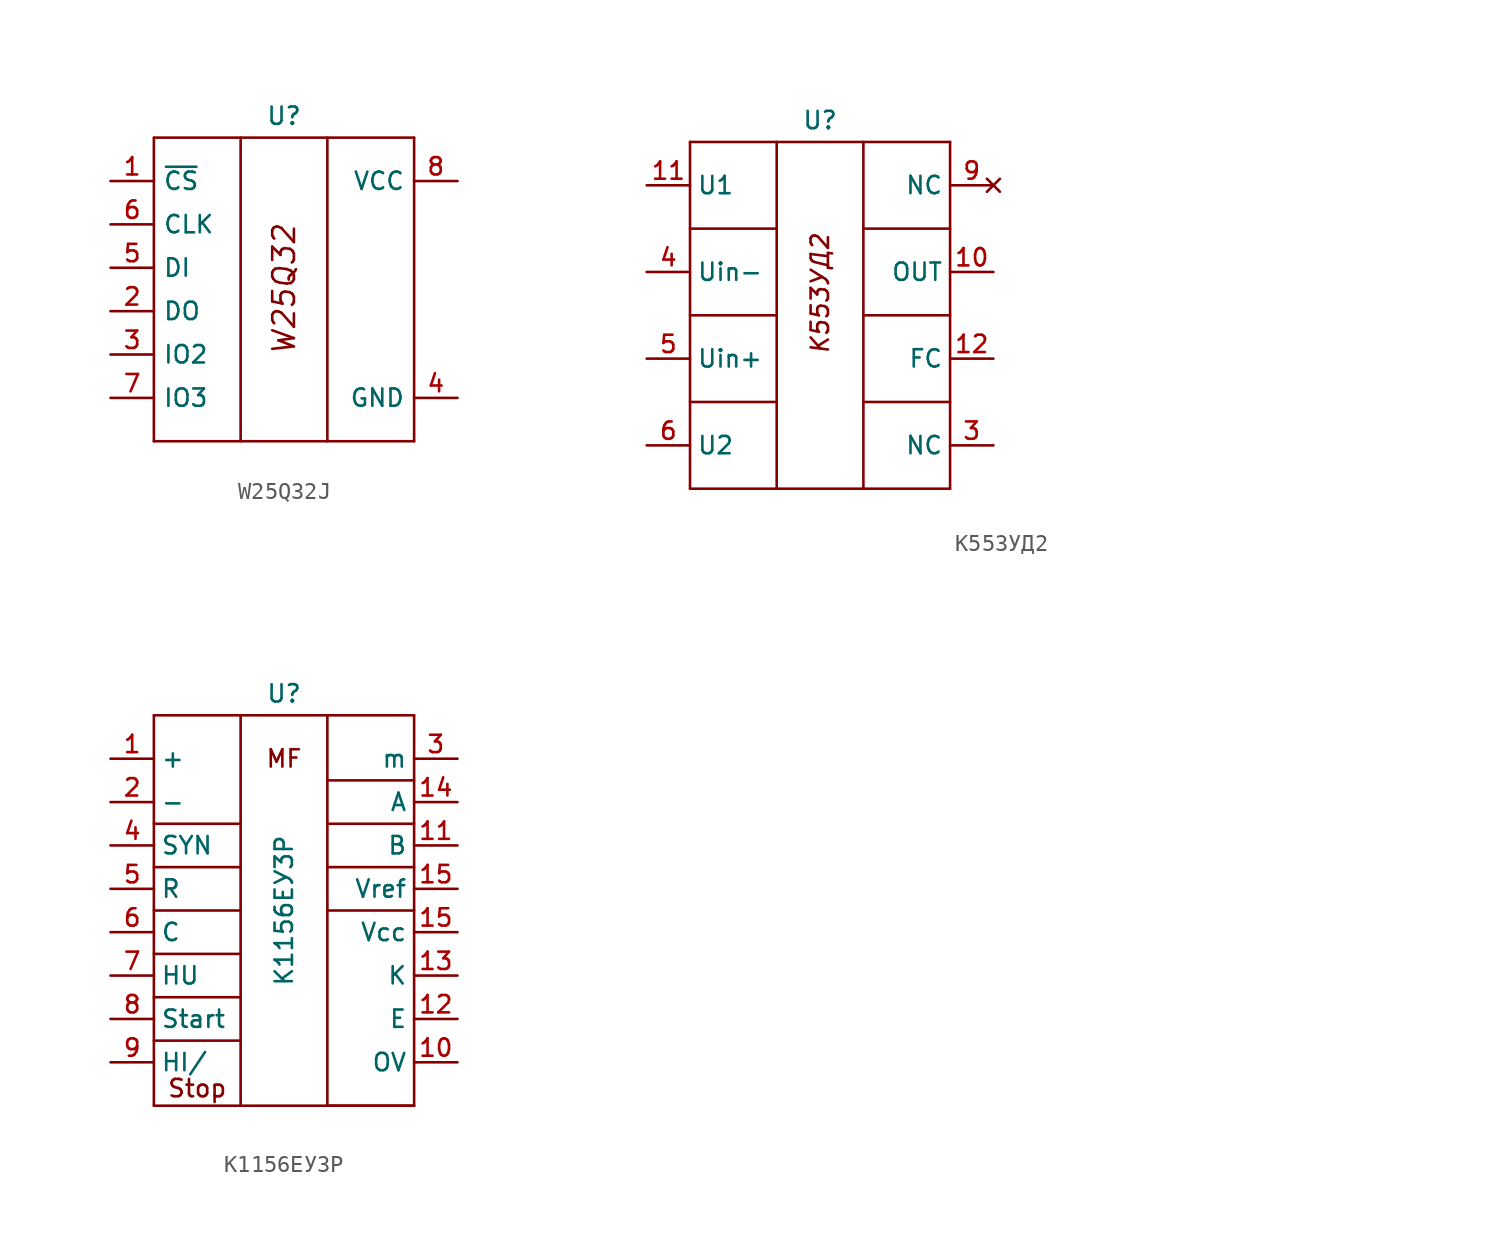
<source format=kicad_sym>
(kicad_symbol_lib
  (version 20220914)
  (generator kicad_symbol_editor)
  (symbol "W25Q32J"
    (property "Reference" "U"
      (at 0 8.89 0)
      (effects (font (size 1.016 1.016))))
    (symbol "W25Q32J_1_1"
      (polyline (pts (xy -7.62 -10.16) (xy 7.62 -10.16)) (stroke (width 0) (type default)) (fill (type none)))
      (polyline (pts (xy -7.62 7.62) (xy -7.62 -10.16)) (stroke (width 0) (type default)) (fill (type none)))
      (polyline (pts (xy -7.62 7.62) (xy 7.62 7.62)) (stroke (width 0) (type default)) (fill (type none)))
      (polyline (pts (xy -2.54 7.62) (xy -2.54 -10.16)) (stroke (width 0) (type default)) (fill (type none)))
      (polyline (pts (xy 2.54 7.62) (xy 2.54 -10.16)) (stroke (width 0) (type default)) (fill (type none)))
      (polyline (pts (xy 7.62 7.62) (xy 7.62 -10.16)) (stroke (width 0) (type default)) (fill (type none)))
      (text "W25Q32" (at 0 -1.27 900) (effects (font (size 1.27 1.27) italic)))
      (pin input line (at -10.16 5.08 0) (length 2.54) (name "~{CS}" (effects (font (size 1.016 1.016)))) (number "1" (effects (font (size 1.016 1.016)))))
      (pin bidirectional line (at -10.16 -2.54 0) (length 2.54) (name "DO" (effects (font (size 1.016 1.016)))) (number "2" (effects (font (size 1.016 1.016)))) (alternate "IO1" bidirectional line))
      (pin bidirectional line (at -10.16 -5.08 0) (length 2.54) (name "IO2" (effects (font (size 1.016 1.016)))) (number "3" (effects (font (size 1.016 1.016)))))
      (pin power_in line (at 10.16 -7.62 180) (length 2.54) (name "GND" (effects (font (size 1.016 1.016)))) (number "4" (effects (font (size 1.016 1.016)))))
      (pin bidirectional line (at -10.16 0 0) (length 2.54) (name "DI" (effects (font (size 1.016 1.016)))) (number "5" (effects (font (size 1.016 1.016)))) (alternate "IO0" bidirectional line))
      (pin input line (at -10.16 2.54 0) (length 2.54) (name "CLK" (effects (font (size 1.016 1.016)))) (number "6" (effects (font (size 1.016 1.016)))))
      (pin bidirectional line (at -10.16 -7.62 0) (length 2.54) (name "IO3" (effects (font (size 1.016 1.016)))) (number "7" (effects (font (size 1.016 1.016)))))
      (pin power_in line (at 10.16 5.08 180) (length 2.54) (name "VCC" (effects (font (size 1.016 1.016)))) (number "8" (effects (font (size 1.016 1.016)))))))
  (symbol "К553УД2"
    (pin_names
      (offset 0.381))
    (property "Reference" "U"
      (at 0 10.16 0)
      (effects (font (size 1.016 1.016))))
    (symbol "К553УД2_0_1"
      (polyline (pts (xy -7.62 -6.35) (xy -2.54 -6.35)) (stroke (width 0) (type default)) (fill (type none)))
      (polyline (pts (xy -7.62 -1.27) (xy -2.54 -1.27)) (stroke (width 0) (type default)) (fill (type none)))
      (polyline (pts (xy -7.62 3.81) (xy -2.54 3.81)) (stroke (width 0) (type default)) (fill (type none)))
      (polyline (pts (xy 2.54 -6.35) (xy 7.62 -6.35)) (stroke (width 0) (type default)) (fill (type none)))
      (polyline (pts (xy 2.54 -1.27) (xy 7.62 -1.27)) (stroke (width 0) (type default)) (fill (type none)))
      (polyline (pts (xy 2.54 3.81) (xy 7.62 3.81)) (stroke (width 0) (type default)) (fill (type none))))
    (symbol "К553УД2_1_1"
      (polyline (pts (xy -7.62 -11.43) (xy 7.62 -11.43)) (stroke (width 0) (type default)) (fill (type none)))
      (polyline (pts (xy -7.62 8.89) (xy -7.62 -11.43)) (stroke (width 0) (type default)) (fill (type none)))
      (polyline (pts (xy -7.62 8.89) (xy 7.62 8.89)) (stroke (width 0) (type default)) (fill (type none)))
      (polyline (pts (xy -2.54 8.89) (xy -2.54 -11.43)) (stroke (width 0) (type default)) (fill (type none)))
      (polyline (pts (xy 2.54 8.89) (xy 2.54 -11.43)) (stroke (width 0) (type default)) (fill (type none)))
      (polyline (pts (xy 7.62 8.89) (xy 7.62 -11.43)) (stroke (width 0) (type default)) (fill (type none)))
      (text "К553УД2" (at 0 0 900) (effects (font (size 1.016 1.016) italic)))
      (pin no_connect line (at 31.75 -6.35 180) (length 2.54) hide (name "NC" (effects (font (size 1.016 1.016)))) (number "1" (effects (font (size 1.016 1.016)))))
      (pin output line (at 10.16 1.27 180) (length 2.54) (name "OUT" (effects (font (size 1.016 1.016)))) (number "10" (effects (font (size 1.016 1.016)))))
      (pin power_in line (at -10.16 6.35 0) (length 2.54) (name "U1" (effects (font (size 1.016 1.016)))) (number "11" (effects (font (size 1.016 1.016)))))
      (pin output line (at 10.16 -3.81 180) (length 2.54) (name "FC" (effects (font (size 1.016 1.016)))) (number "12" (effects (font (size 1.016 1.016)))))
      (pin no_connect line (at 31.75 3.81 180) (length 2.54) hide (name "NC" (effects (font (size 1.016 1.016)))) (number "13" (effects (font (size 1.016 1.016)))))
      (pin no_connect line (at 31.75 6.35 180) (length 2.54) hide (name "NC" (effects (font (size 1.016 1.016)))) (number "14" (effects (font (size 1.016 1.016)))))
      (pin no_connect line (at 31.75 -3.81 180) (length 2.54) hide (name "NC" (effects (font (size 1.016 1.016)))) (number "2" (effects (font (size 1.016 1.016)))))
      (pin input line (at 10.16 -8.89 180) (length 2.54) (name "NC" (effects (font (size 1.016 1.016)))) (number "3" (effects (font (size 1.016 1.016)))))
      (pin input line (at -10.16 1.27 0) (length 2.54) (name "Uin-" (effects (font (size 1.016 1.016)))) (number "4" (effects (font (size 1.016 1.016)))))
      (pin power_in line (at -10.16 -3.81 0) (length 2.54) (name "Uin+" (effects (font (size 1.016 1.016)))) (number "5" (effects (font (size 1.016 1.016)))))
      (pin power_in line (at -10.16 -8.89 0) (length 2.54) (name "U2" (effects (font (size 1.016 1.016)))) (number "6" (effects (font (size 1.016 1.016)))) (alternate "ADC_IN9" bidirectional line) (alternate "TIM14_CH1" bidirectional line) (alternate "TIM1_CH3N" bidirectional line) (alternate "TIM3_CH4" bidirectional line))
      (pin no_connect line (at 31.75 -1.27 180) (length 2.54) hide (name "NC" (effects (font (size 1.016 1.016)))) (number "7" (effects (font (size 1.016 1.016)))))
      (pin no_connect line (at 31.75 1.27 180) (length 2.54) hide (name "NC" (effects (font (size 1.016 1.016)))) (number "8" (effects (font (size 1.016 1.016)))))
      (pin no_connect line (at 10.16 6.35 180) (length 2.54) (name "NC" (effects (font (size 1.016 1.016)))) (number "9" (effects (font (size 1.016 1.016)))))))
  (symbol "К1156ЕУ3Р"
    (pin_names
      (offset 0.381))
    (property "Reference" "U"
      (at 0 12.7 0)
      (effects (font (size 1.016 1.016))))
    (property "Value" "К1156ЕУ3Р"
      (at 0 0 90)
      (effects (font (size 1.016 1.016))))
    (symbol "К1156ЕУ3Р_0_1"
      (polyline (pts (xy -7.62 -7.62) (xy -2.54 -7.62)) (stroke (width 0) (type default)) (fill (type none)))
      (polyline (pts (xy -7.62 -5.08) (xy -2.54 -5.08)) (stroke (width 0) (type default)) (fill (type none)))
      (polyline (pts (xy -7.62 -2.54) (xy -2.54 -2.54)) (stroke (width 0) (type default)) (fill (type none)))
      (polyline (pts (xy -7.62 0) (xy -2.54 0)) (stroke (width 0) (type default)) (fill (type none)))
      (polyline (pts (xy -7.62 2.54) (xy -2.54 2.54)) (stroke (width 0) (type default)) (fill (type none)))
      (polyline (pts (xy -7.62 5.08) (xy -2.54 5.08)) (stroke (width 0) (type default)) (fill (type none)))
      (polyline (pts (xy 2.54 -11.43) (xy 7.62 -11.43)) (stroke (width 0) (type default)) (fill (type none)))
      (polyline (pts (xy 2.54 0) (xy 7.62 0)) (stroke (width 0) (type default)) (fill (type none)))
      (polyline (pts (xy 2.54 2.54) (xy 7.62 2.54)) (stroke (width 0) (type default)) (fill (type none)))
      (polyline (pts (xy 2.54 5.08) (xy 7.62 5.08)) (stroke (width 0) (type default)) (fill (type none)))
      (polyline (pts (xy 2.54 7.62) (xy 7.62 7.62)) (stroke (width 0) (type default)) (fill (type none))))
    (symbol "К1156ЕУ3Р_1_1"
      (polyline (pts (xy -7.62 -11.43) (xy 7.62 -11.43)) (stroke (width 0) (type default)) (fill (type none)))
      (polyline (pts (xy -7.62 11.43) (xy -7.62 -11.43)) (stroke (width 0) (type default)) (fill (type none)))
      (polyline (pts (xy -7.62 11.43) (xy 7.62 11.43)) (stroke (width 0) (type default)) (fill (type none)))
      (polyline (pts (xy -2.54 11.43) (xy -2.54 -11.43)) (stroke (width 0) (type default)) (fill (type none)))
      (polyline (pts (xy 2.54 11.43) (xy 2.54 -11.43)) (stroke (width 0) (type default)) (fill (type none)))
      (polyline (pts (xy 7.62 11.43) (xy 7.62 -11.43)) (stroke (width 0) (type default)) (fill (type none)))
      (text "MF" (at 0 8.89 0) (effects (font (size 1.016 1.016))))
      (text "Stop" (at -5.08 -10.414 0) (effects (font (size 1.016 1.016))))
      (pin input line (at -10.16 8.89 0) (length 2.54) (name "+" (effects (font (size 1.016 1.016)))) (number "1" (effects (font (size 1.016 1.016)))))
      (pin input line (at 10.16 -8.89 180) (length 2.54) (name "OV" (effects (font (size 1.016 1.016)))) (number "10" (effects (font (size 1.016 1.016)))) (alternate "SD" input line))
      (pin output line (at 10.16 3.81 180) (length 2.54) (name "B" (effects (font (size 1.016 1.016)))) (number "11" (effects (font (size 1.016 1.016)))))
      (pin power_in line (at 10.16 -6.35 180) (length 2.54) (name "E" (effects (font (size 1.016 1.016)))) (number "12" (effects (font (size 1.016 1.016)))))
      (pin output line (at 10.16 -3.81 180) (length 2.54) (name "K" (effects (font (size 1.016 1.016)))) (number "13" (effects (font (size 1.016 1.016)))))
      (pin power_in line (at 10.16 6.35 180) (length 2.54) (name "A" (effects (font (size 1.016 1.016)))) (number "14" (effects (font (size 1.016 1.016)))))
      (pin power_in line (at 10.16 -1.27 180) (length 2.54) (name "Vcc" (effects (font (size 1.016 1.016)))) (number "15" (effects (font (size 1.016 1.016)))))
      (pin power_in line (at 10.16 1.27 180) (length 2.54) (name "Vref" (effects (font (size 1.016 1.016)))) (number "15" (effects (font (size 1.016 1.016)))))
      (pin input line (at -10.16 6.35 0) (length 2.54) (name "-" (effects (font (size 1.016 1.016)))) (number "2" (effects (font (size 1.016 1.016)))))
      (pin power_out line (at 10.16 8.89 180) (length 2.54) (name "m" (effects (font (size 1.016 1.016)))) (number "3" (effects (font (size 1.016 1.016)))))
      (pin output line (at -10.16 3.81 0) (length 2.54) (name "SYN" (effects (font (size 1.016 1.016)))) (number "4" (effects (font (size 1.016 1.016)))))
      (pin output line (at -10.16 1.27 0) (length 2.54) (name "R" (effects (font (size 1.016 1.016)))) (number "5" (effects (font (size 1.016 1.016)))))
      (pin passive line (at -10.16 -1.27 0) (length 2.54) (name "C" (effects (font (size 1.016 1.016)))) (number "6" (effects (font (size 1.016 1.016)))))
      (pin passive line (at -10.16 -3.81 0) (length 2.54) (name "HU" (effects (font (size 1.016 1.016)))) (number "7" (effects (font (size 1.016 1.016)))))
      (pin passive line (at -10.16 -6.35 0) (length 2.54) (name "Start" (effects (font (size 1.016 1.016)))) (number "8" (effects (font (size 1.016 1.016)))))
      (pin passive line (at -10.16 -8.89 0) (length 2.54) (name "HI/" (effects (font (size 1.016 1.016)))) (number "9" (effects (font (size 1.016 1.016))))))))
</source>
